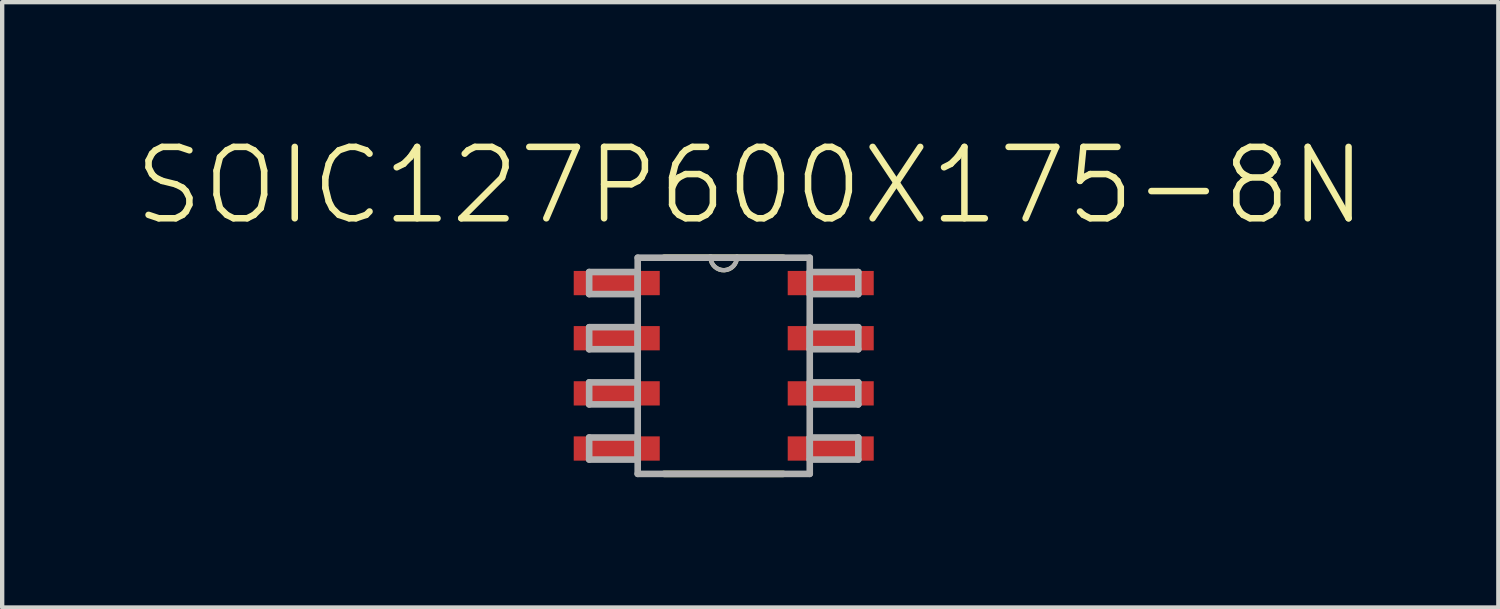
<source format=kicad_pcb>
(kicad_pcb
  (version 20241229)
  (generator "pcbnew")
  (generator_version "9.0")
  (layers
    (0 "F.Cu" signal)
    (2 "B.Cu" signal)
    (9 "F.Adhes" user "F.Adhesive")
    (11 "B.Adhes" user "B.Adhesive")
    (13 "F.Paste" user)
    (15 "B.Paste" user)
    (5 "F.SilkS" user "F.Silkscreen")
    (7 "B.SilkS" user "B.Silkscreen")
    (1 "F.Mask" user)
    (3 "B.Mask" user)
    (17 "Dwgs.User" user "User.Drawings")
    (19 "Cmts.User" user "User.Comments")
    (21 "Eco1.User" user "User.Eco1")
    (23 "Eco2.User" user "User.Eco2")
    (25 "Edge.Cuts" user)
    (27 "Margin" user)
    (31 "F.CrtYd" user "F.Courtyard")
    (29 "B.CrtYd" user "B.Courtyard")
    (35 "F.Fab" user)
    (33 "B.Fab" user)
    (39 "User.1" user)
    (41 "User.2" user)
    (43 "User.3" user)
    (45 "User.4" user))
  (footprint "SOIC127P600X175-8N"
    (layer "F.Cu")
    (at 13.617 5.374)
    (property "Reference" "SOIC127P600X175-8N" (at 0.611 -4.15 0) (layer "F.SilkS") (effects (font (size 1.644 1.644) (thickness 0.15))))
    (attr through_hole)
    (fp_line (start -1.372 2.489) (end 1.372 2.489) (stroke (width 0.152) (type solid)) (layer "F.SilkS"))
    (fp_line (start -0.305 -2.489) (end -1.372 -2.489) (stroke (width 0.152) (type solid)) (layer "F.SilkS"))
    (fp_line (start 1.372 -2.489) (end -0.305 -2.489) (stroke (width 0.152) (type solid)) (layer "F.SilkS"))
    (fp_arc (start 0.3048 -2.5146) (mid 0.0127 -2.1971) (end -0.3048 -2.4892) (stroke (width 0.1) (type solid)) (layer "F.SilkS"))
    (fp_line (start -3.099 -2.159) (end -3.099 -1.651) (stroke (width 0.152) (type solid)) (layer "F.Fab"))
    (fp_line (start -3.099 -1.651) (end -1.981 -1.651) (stroke (width 0.152) (type solid)) (layer "F.Fab"))
    (fp_line (start -3.099 -0.889) (end -3.099 -0.381) (stroke (width 0.152) (type solid)) (layer "F.Fab"))
    (fp_line (start -3.099 -0.381) (end -1.981 -0.381) (stroke (width 0.152) (type solid)) (layer "F.Fab"))
    (fp_line (start -3.099 0.381) (end -3.099 0.889) (stroke (width 0.152) (type solid)) (layer "F.Fab"))
    (fp_line (start -3.099 0.889) (end -1.981 0.889) (stroke (width 0.152) (type solid)) (layer "F.Fab"))
    (fp_line (start -3.099 1.651) (end -3.099 2.159) (stroke (width 0.152) (type solid)) (layer "F.Fab"))
    (fp_line (start -3.099 2.159) (end -1.981 2.159) (stroke (width 0.152) (type solid)) (layer "F.Fab"))
    (fp_line (start -1.981 -2.489) (end -1.981 2.489) (stroke (width 0.152) (type solid)) (layer "F.Fab"))
    (fp_line (start -1.981 -2.159) (end -3.099 -2.159) (stroke (width 0.152) (type solid)) (layer "F.Fab"))
    (fp_line (start -1.981 -1.651) (end -1.981 -2.159) (stroke (width 0.152) (type solid)) (layer "F.Fab"))
    (fp_line (start -1.981 -0.889) (end -3.099 -0.889) (stroke (width 0.152) (type solid)) (layer "F.Fab"))
    (fp_line (start -1.981 -0.381) (end -1.981 -0.889) (stroke (width 0.152) (type solid)) (layer "F.Fab"))
    (fp_line (start -1.981 0.381) (end -3.099 0.381) (stroke (width 0.152) (type solid)) (layer "F.Fab"))
    (fp_line (start -1.981 0.889) (end -1.981 0.381) (stroke (width 0.152) (type solid)) (layer "F.Fab"))
    (fp_line (start -1.981 1.651) (end -3.099 1.651) (stroke (width 0.152) (type solid)) (layer "F.Fab"))
    (fp_line (start -1.981 2.159) (end -1.981 1.651) (stroke (width 0.152) (type solid)) (layer "F.Fab"))
    (fp_line (start -1.981 2.489) (end 1.981 2.489) (stroke (width 0.152) (type solid)) (layer "F.Fab"))
    (fp_line (start -0.305 -2.489) (end -1.981 -2.489) (stroke (width 0.152) (type solid)) (layer "F.Fab"))
    (fp_line (start 1.981 -2.489) (end -0.305 -2.489) (stroke (width 0.152) (type solid)) (layer "F.Fab"))
    (fp_line (start 1.981 -2.159) (end 1.981 -1.651) (stroke (width 0.152) (type solid)) (layer "F.Fab"))
    (fp_line (start 1.981 -1.651) (end 3.099 -1.651) (stroke (width 0.152) (type solid)) (layer "F.Fab"))
    (fp_line (start 1.981 -0.889) (end 1.981 -0.381) (stroke (width 0.152) (type solid)) (layer "F.Fab"))
    (fp_line (start 1.981 -0.381) (end 3.099 -0.381) (stroke (width 0.152) (type solid)) (layer "F.Fab"))
    (fp_line (start 1.981 0.381) (end 1.981 0.889) (stroke (width 0.152) (type solid)) (layer "F.Fab"))
    (fp_line (start 1.981 0.889) (end 3.099 0.889) (stroke (width 0.152) (type solid)) (layer "F.Fab"))
    (fp_line (start 1.981 1.651) (end 1.981 2.159) (stroke (width 0.152) (type solid)) (layer "F.Fab"))
    (fp_line (start 1.981 2.159) (end 3.099 2.159) (stroke (width 0.152) (type solid)) (layer "F.Fab"))
    (fp_line (start 1.981 2.489) (end 1.981 -2.489) (stroke (width 0.152) (type solid)) (layer "F.Fab"))
    (fp_line (start 3.099 -2.159) (end 1.981 -2.159) (stroke (width 0.152) (type solid)) (layer "F.Fab"))
    (fp_line (start 3.099 -1.651) (end 3.099 -2.159) (stroke (width 0.152) (type solid)) (layer "F.Fab"))
    (fp_line (start 3.099 -0.889) (end 1.981 -0.889) (stroke (width 0.152) (type solid)) (layer "F.Fab"))
    (fp_line (start 3.099 -0.381) (end 3.099 -0.889) (stroke (width 0.152) (type solid)) (layer "F.Fab"))
    (fp_line (start 3.099 0.381) (end 1.981 0.381) (stroke (width 0.152) (type solid)) (layer "F.Fab"))
    (fp_line (start 3.099 0.889) (end 3.099 0.381) (stroke (width 0.152) (type solid)) (layer "F.Fab"))
    (fp_line (start 3.099 1.651) (end 1.981 1.651) (stroke (width 0.152) (type solid)) (layer "F.Fab"))
    (fp_line (start 3.099 2.159) (end 3.099 1.651) (stroke (width 0.152) (type solid)) (layer "F.Fab"))
    (fp_arc (start 0.3048 -2.5146) (mid 0.0127 -2.1971) (end -0.3048 -2.4892) (stroke (width 0.1) (type solid)) (layer "F.Fab"))
    (pad "1" smd rect (at -2.464 -1.905) (size 1.981 0.559) (layers "F.Cu" "F.Mask" "F.Paste"))
    (pad "2" smd rect (at -2.464 -0.635) (size 1.981 0.559) (layers "F.Cu" "F.Mask" "F.Paste"))
    (pad "3" smd rect (at -2.464 0.635) (size 1.981 0.559) (layers "F.Cu" "F.Mask" "F.Paste"))
    (pad "4" smd rect (at -2.464 1.905) (size 1.981 0.559) (layers "F.Cu" "F.Mask" "F.Paste"))
    (pad "5" smd rect (at 2.464 1.905) (size 1.981 0.559) (layers "F.Cu" "F.Mask" "F.Paste"))
    (pad "6" smd rect (at 2.464 0.635) (size 1.981 0.559) (layers "F.Cu" "F.Mask" "F.Paste"))
    (pad "7" smd rect (at 2.464 -0.635) (size 1.981 0.559) (layers "F.Cu" "F.Mask" "F.Paste"))
    (pad "8" smd rect (at 2.464 -1.905) (size 1.981 0.559) (layers "F.Cu" "F.Mask" "F.Paste")))
  (gr_rect
    (start -3 -3)
    (end 31.456 10.94)
    (stroke (width 0.1) (type default))
    (fill no)
    (layer "Edge.Cuts")))
</source>
